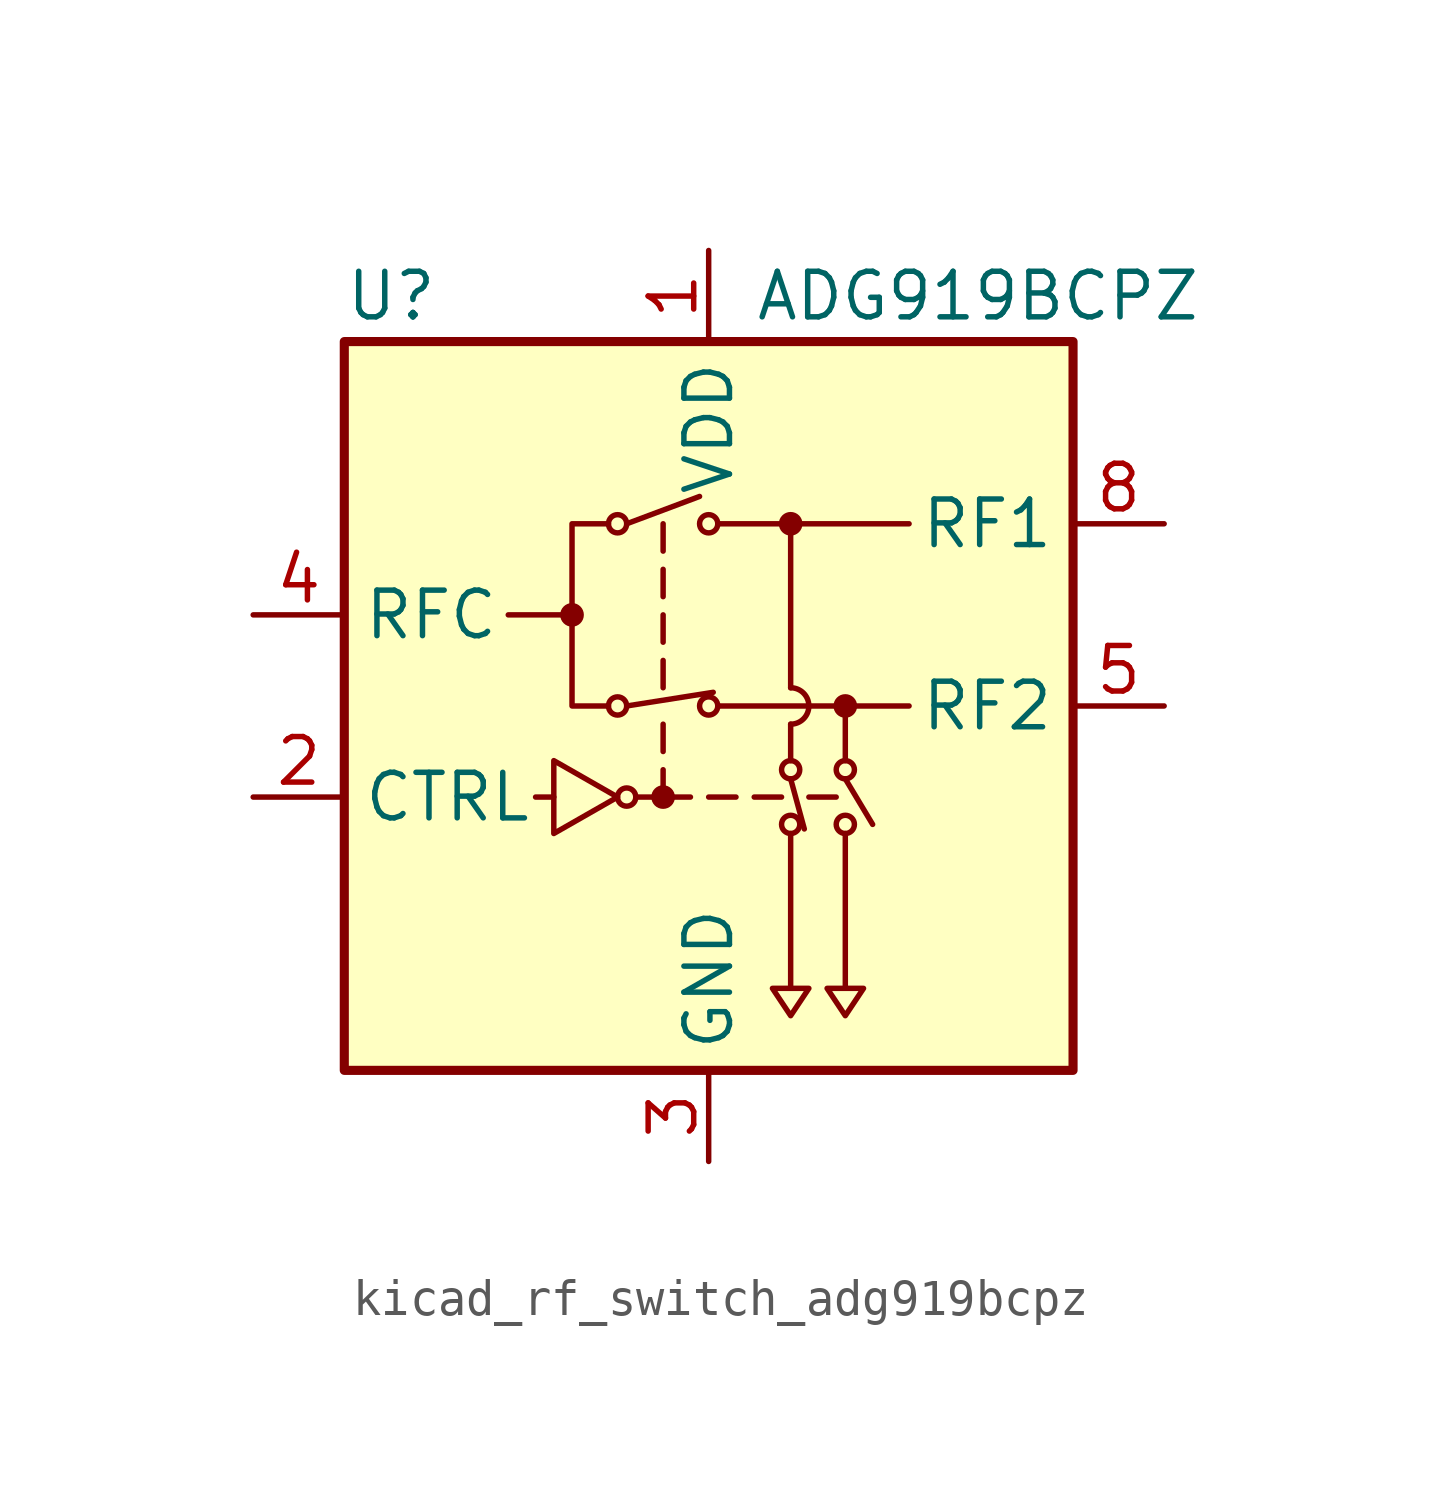
<source format=kicad_sym>
(kicad_symbol_lib
  (version 20220914)
  (generator kicad_symbol_editor)
  (symbol "kicad_rf_switch_adg919bcpz"
    (property "Reference" "U"
      (at -10.16 11.43 0)
      (effects (font (size 1.27 1.27)) (justify left)))
    (property "Value" "ADG919BCPZ"
      (at 1.27 11.43 0)
      (effects (font (size 1.27 1.27)) (justify left)))
    (symbol "kicad_rf_switch_adg919bcpz_0_0"
      (rectangle (start -10.16 10.16) (end 10.16 -10.16) (stroke (width 0.254) (type default)) (fill (type background)))
      (circle (center -3.81 2.54) (radius 0.254) (stroke (width 0) (type default)) (fill (type outline)))
      (circle (center -2.286 -2.54) (radius 0.254) (stroke (width 0) (type default)) (fill (type none)))
      (circle (center -1.27 -2.54) (radius 0.254) (stroke (width 0) (type default)) (fill (type outline)))
      (polyline (pts (xy -4.318 -2.54) (xy -4.826 -2.54)) (stroke (width 0) (type default)) (fill (type none)))
      (polyline (pts (xy -3.81 2.54) (xy -5.588 2.54)) (stroke (width 0) (type default)) (fill (type none)))
      (polyline (pts (xy -1.27 -2.54) (xy -1.27 -1.778)) (stroke (width 0) (type default)) (fill (type none)))
      (polyline (pts (xy -1.27 -1.27) (xy -1.27 -0.508)) (stroke (width 0) (type default)) (fill (type none)))
      (polyline (pts (xy -1.27 1.27) (xy -1.27 0.508)) (stroke (width 0) (type default)) (fill (type none)))
      (polyline (pts (xy -1.27 2.54) (xy -1.27 1.778)) (stroke (width 0) (type default)) (fill (type none)))
      (polyline (pts (xy -1.27 3.81) (xy -1.27 3.048)) (stroke (width 0) (type default)) (fill (type none)))
      (polyline (pts (xy -1.27 5.08) (xy -1.27 4.318)) (stroke (width 0) (type default)) (fill (type none)))
      (polyline (pts (xy -0.508 -2.54) (xy -2.032 -2.54)) (stroke (width 0) (type default)) (fill (type none)))
      (polyline (pts (xy 0 -2.54) (xy 0.762 -2.54)) (stroke (width 0) (type default)) (fill (type none)))
      (polyline (pts (xy 0.254 0) (xy 5.588 0)) (stroke (width 0) (type default)) (fill (type none)))
      (polyline (pts (xy 0.254 5.08) (xy 5.588 5.08)) (stroke (width 0) (type default)) (fill (type none)))
      (polyline (pts (xy 2.032 -2.54) (xy 1.27 -2.54)) (stroke (width 0) (type default)) (fill (type none)))
      (polyline (pts (xy 2.286 0.508) (xy 2.286 5.08)) (stroke (width 0) (type default)) (fill (type none)))
      (polyline (pts (xy 3.556 -2.54) (xy 2.794 -2.54)) (stroke (width 0) (type default)) (fill (type none)))
      (polyline (pts (xy -4.318 -1.524) (xy -4.318 -3.556) (xy -2.54 -2.54) (xy -4.318 -1.524)) (stroke (width 0) (type default)) (fill (type none)))
      (polyline (pts (xy -2.794 0) (xy -3.81 0) (xy -3.81 5.08) (xy -2.794 5.08)) (stroke (width 0) (type default)) (fill (type none)))
      (arc (start 2.286 -0.508) (mid 2.7918 0) (end 2.286 0.508) (stroke (width 0) (type default)) (fill (type none))))
    (symbol "kicad_rf_switch_adg919bcpz_0_1"
      (circle (center -2.54 0) (radius 0.254) (stroke (width 0) (type default)) (fill (type none)))
      (circle (center -2.54 5.08) (radius 0.254) (stroke (width 0) (type default)) (fill (type none)))
      (polyline (pts (xy -2.286 0) (xy 0.127 0.381)) (stroke (width 0) (type default)) (fill (type none)))
      (polyline (pts (xy -2.286 5.08) (xy -0.254 5.842)) (stroke (width 0) (type default)) (fill (type none)))
      (polyline (pts (xy 2.286 -2.032) (xy 2.667 -3.429)) (stroke (width 0) (type default)) (fill (type none)))
      (polyline (pts (xy 2.286 -0.508) (xy 2.286 -1.524)) (stroke (width 0) (type default)) (fill (type none)))
      (polyline (pts (xy 3.81 -2.032) (xy 4.572 -3.302)) (stroke (width 0) (type default)) (fill (type none)))
      (polyline (pts (xy 3.81 0) (xy 3.81 -1.524)) (stroke (width 0) (type default)) (fill (type none)))
      (polyline (pts (xy 2.286 -3.556) (xy 2.286 -7.874) (xy 1.778 -7.874) (xy 2.286 -8.636) (xy 2.794 -7.874) (xy 2.286 -7.874)) (stroke (width 0) (type default)) (fill (type none)))
      (polyline (pts (xy 3.81 -3.556) (xy 3.81 -7.874) (xy 3.302 -7.874) (xy 3.81 -8.636) (xy 4.318 -7.874) (xy 3.81 -7.874)) (stroke (width 0) (type default)) (fill (type none)))
      (circle (center 0 0) (radius 0.254) (stroke (width 0) (type default)) (fill (type none)))
      (circle (center 0 5.08) (radius 0.254) (stroke (width 0) (type default)) (fill (type none)))
      (circle (center 2.286 -3.302) (radius 0.254) (stroke (width 0) (type default)) (fill (type none)))
      (circle (center 2.286 -1.778) (radius 0.254) (stroke (width 0) (type default)) (fill (type none)))
      (circle (center 2.286 5.08) (radius 0.254) (stroke (width 0) (type default)) (fill (type outline)))
      (circle (center 3.81 -3.302) (radius 0.254) (stroke (width 0) (type default)) (fill (type none)))
      (circle (center 3.81 -1.778) (radius 0.254) (stroke (width 0) (type default)) (fill (type none)))
      (circle (center 3.81 0) (radius 0.254) (stroke (width 0) (type default)) (fill (type outline))))
    (symbol "kicad_rf_switch_adg919bcpz_1_1"
      (pin power_in line (at 0 12.7 270) (length 2.54) (name "VDD" (effects (font (size 1.27 1.27)))) (number "1" (effects (font (size 1.27 1.27)))))
      (pin input line (at -12.7 -2.54 0) (length 2.54) (name "CTRL" (effects (font (size 1.27 1.27)))) (number "2" (effects (font (size 1.27 1.27)))))
      (pin power_in line (at 0 -12.7 90) (length 2.54) (name "GND" (effects (font (size 1.27 1.27)))) (number "3" (effects (font (size 1.27 1.27)))))
      (pin passive line (at -12.7 2.54 0) (length 2.54) (name "RFC" (effects (font (size 1.27 1.27)))) (number "4" (effects (font (size 1.27 1.27)))))
      (pin passive line (at 12.7 0 180) (length 2.54) (name "RF2" (effects (font (size 1.27 1.27)))) (number "5" (effects (font (size 1.27 1.27)))))
      (pin passive line (at 0 -12.7 90) (length 2.54) hide (name "GND" (effects (font (size 1.27 1.27)))) (number "6" (effects (font (size 1.27 1.27)))))
      (pin passive line (at 0 -12.7 90) (length 2.54) hide (name "GND" (effects (font (size 1.27 1.27)))) (number "7" (effects (font (size 1.27 1.27)))))
      (pin passive line (at 12.7 5.08 180) (length 2.54) (name "RF1" (effects (font (size 1.27 1.27)))) (number "8" (effects (font (size 1.27 1.27)))))
      (pin passive line (at 0 -12.7 90) (length 2.54) hide (name "GND" (effects (font (size 1.27 1.27)))) (number "9" (effects (font (size 1.27 1.27))))))))
</source>
